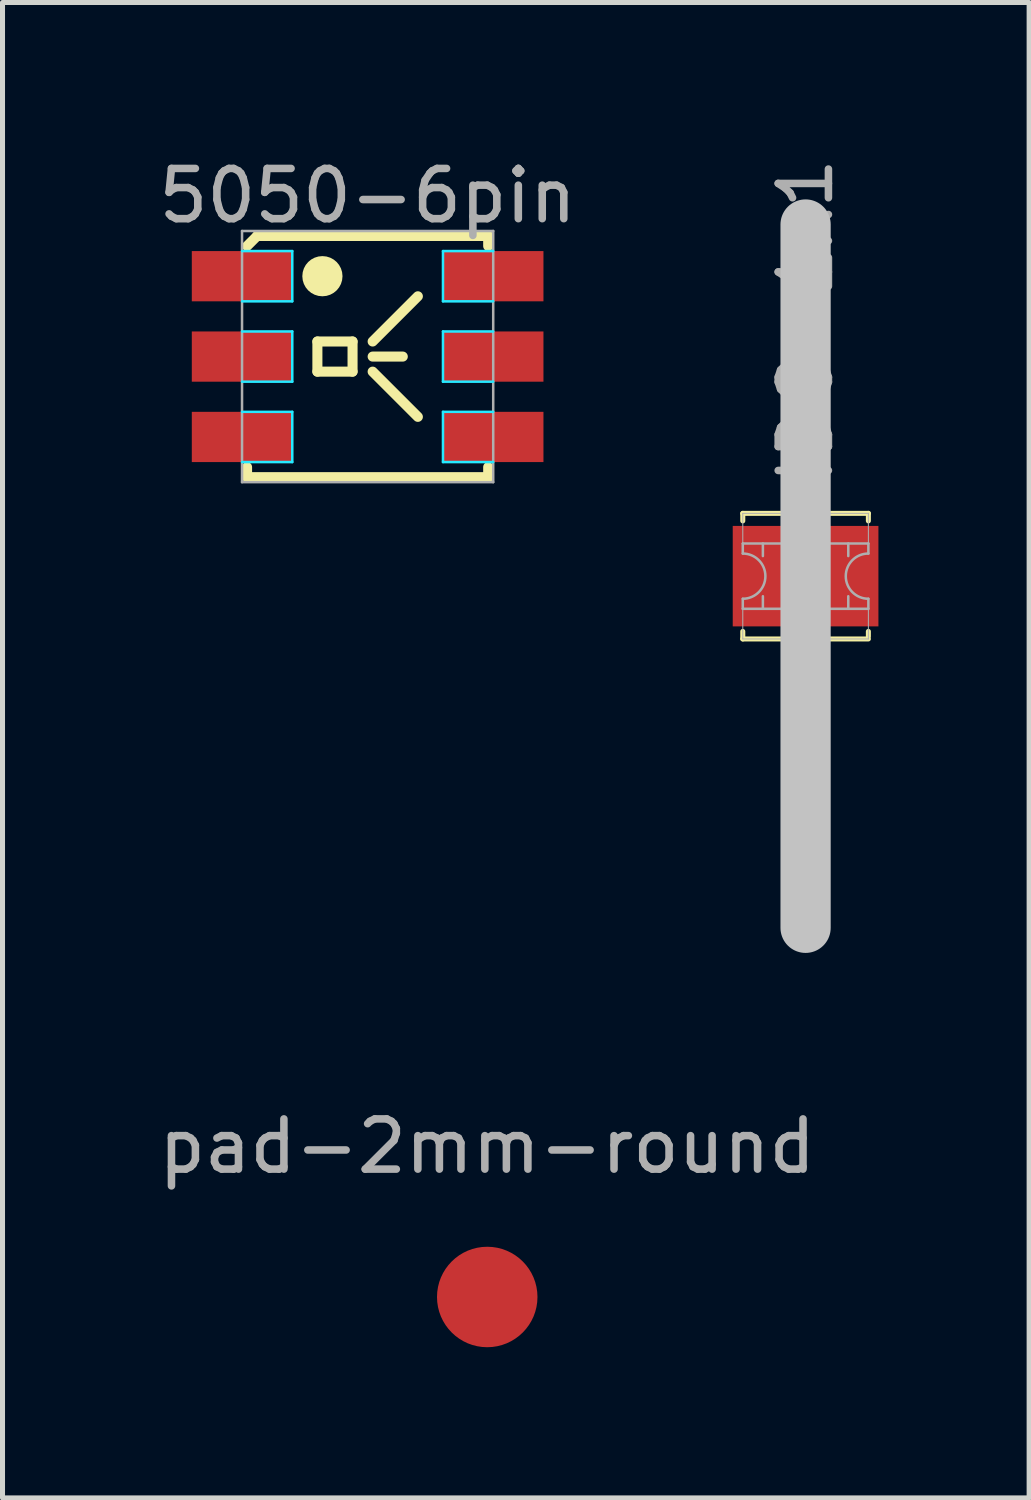
<source format=kicad_pcb>
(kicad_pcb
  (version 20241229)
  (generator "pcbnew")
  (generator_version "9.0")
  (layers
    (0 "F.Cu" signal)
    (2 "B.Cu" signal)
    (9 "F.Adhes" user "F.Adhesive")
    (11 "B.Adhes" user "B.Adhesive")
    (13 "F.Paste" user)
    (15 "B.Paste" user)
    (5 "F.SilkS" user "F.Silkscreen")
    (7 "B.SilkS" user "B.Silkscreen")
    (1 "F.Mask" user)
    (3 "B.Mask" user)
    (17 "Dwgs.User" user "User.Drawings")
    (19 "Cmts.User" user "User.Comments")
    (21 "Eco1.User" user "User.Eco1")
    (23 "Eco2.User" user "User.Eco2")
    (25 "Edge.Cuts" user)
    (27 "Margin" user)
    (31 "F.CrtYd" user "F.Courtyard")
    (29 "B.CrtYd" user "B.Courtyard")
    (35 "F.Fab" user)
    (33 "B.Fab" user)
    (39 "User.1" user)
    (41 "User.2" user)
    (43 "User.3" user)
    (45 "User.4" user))
  (footprint "pad-2mm-round"
    (layer "F.Cu")
    (at 6.649 22.768)
    (property "Reference" "pad-2mm-round" (at 0 -3 0) (layer "F.Fab") (effects (font (size 1 1) (thickness 0.15))))
    (attr through_hole)
    (pad "1" smd circle (at 0 0) (size 2 2) (layers "F.Cu" "F.Mask")))
  (footprint "5050-6pin"
    (layer "F.Cu")
    (at 4.268 4.048)
    (property "Reference" "5050-6pin" (at 0 -3.2 0) (layer "F.Fab") (effects (font (size 1 1) (thickness 0.15))))
    (attr through_hole)
    (fp_line (start -2.4 2.4) (end -2.4 2.2) (stroke (width 0.2) (type solid)) (layer "F.SilkS"))
    (fp_line (start -2.4 2.4) (end 2.4 2.4) (stroke (width 0.2) (type solid)) (layer "F.SilkS"))
    (fp_line (start -2.2 -2.4) (end -2.4 -2.2) (stroke (width 0.2) (type solid)) (layer "F.SilkS"))
    (fp_line (start -2.2 -2.4) (end 2.4 -2.4) (stroke (width 0.2) (type solid)) (layer "F.SilkS"))
    (fp_line (start -1 -0.3) (end -0.3 -0.3) (stroke (width 0.2) (type solid)) (layer "F.SilkS"))
    (fp_line (start -1 0.3) (end -1 -0.3) (stroke (width 0.2) (type solid)) (layer "F.SilkS"))
    (fp_line (start -1 0.3) (end -0.3 0.3) (stroke (width 0.2) (type solid)) (layer "F.SilkS"))
    (fp_line (start -0.3 -0.3) (end -0.3 0.3) (stroke (width 0.2) (type solid)) (layer "F.SilkS"))
    (fp_line (start 0.1 -0.3) (end 1 -1.2) (stroke (width 0.2) (type solid)) (layer "F.SilkS"))
    (fp_line (start 0.1 0) (end 0.7 0) (stroke (width 0.2) (type solid)) (layer "F.SilkS"))
    (fp_line (start 0.1 0.3) (end 1 1.2) (stroke (width 0.2) (type solid)) (layer "F.SilkS"))
    (fp_line (start 2.4 -2.4) (end 2.4 -2.2) (stroke (width 0.2) (type solid)) (layer "F.SilkS"))
    (fp_line (start 2.4 2.4) (end 2.4 2.2) (stroke (width 0.2) (type solid)) (layer "F.SilkS"))
    (fp_circle (center -0.9 -1.6) (end -0.9 -1.8) (stroke (width 0.4) (type solid)) (fill no) (layer "F.SilkS"))
    (fp_line (start -2.5 -1.1) (end -1.5 -1.1) (stroke (width 0.05) (type solid)) (layer "B.CrtYd"))
    (fp_line (start -2.5 -0.5) (end -1.5 -0.5) (stroke (width 0.05) (type solid)) (layer "B.CrtYd"))
    (fp_line (start -2.5 2.1) (end -1.5 2.1) (stroke (width 0.05) (type solid)) (layer "B.CrtYd"))
    (fp_line (start -1.5 -2.1) (end -2.5 -2.1) (stroke (width 0.05) (type solid)) (layer "B.CrtYd"))
    (fp_line (start -1.5 -1.1) (end -1.5 -2.1) (stroke (width 0.05) (type solid)) (layer "B.CrtYd"))
    (fp_line (start -1.5 -0.5) (end -1.5 0.5) (stroke (width 0.05) (type solid)) (layer "B.CrtYd"))
    (fp_line (start -1.5 0.5) (end -2.5 0.5) (stroke (width 0.05) (type solid)) (layer "B.CrtYd"))
    (fp_line (start -1.5 1.1) (end -2.5 1.1) (stroke (width 0.05) (type solid)) (layer "B.CrtYd"))
    (fp_line (start -1.5 2.1) (end -1.5 1.1) (stroke (width 0.05) (type solid)) (layer "B.CrtYd"))
    (fp_line (start 1.5 -2.1) (end 2.5 -2.1) (stroke (width 0.05) (type solid)) (layer "B.CrtYd"))
    (fp_line (start 1.5 -1.1) (end 1.5 -2.1) (stroke (width 0.05) (type solid)) (layer "B.CrtYd"))
    (fp_line (start 1.5 -0.5) (end 1.5 0.5) (stroke (width 0.05) (type solid)) (layer "B.CrtYd"))
    (fp_line (start 1.5 0.5) (end 2.5 0.5) (stroke (width 0.05) (type solid)) (layer "B.CrtYd"))
    (fp_line (start 1.5 1.1) (end 2.5 1.1) (stroke (width 0.05) (type solid)) (layer "B.CrtYd"))
    (fp_line (start 1.5 2.1) (end 1.5 1.1) (stroke (width 0.05) (type solid)) (layer "B.CrtYd"))
    (fp_line (start 2.5 -1.1) (end 1.5 -1.1) (stroke (width 0.05) (type solid)) (layer "B.CrtYd"))
    (fp_line (start 2.5 -0.5) (end 1.5 -0.5) (stroke (width 0.05) (type solid)) (layer "B.CrtYd"))
    (fp_line (start 2.5 2.1) (end 1.5 2.1) (stroke (width 0.05) (type solid)) (layer "B.CrtYd"))
    (fp_line (start -2.5 -2.5) (end -2.5 2.5) (stroke (width 0.05) (type solid)) (layer "F.Fab"))
    (fp_line (start -2.5 -2.5) (end 2.5 -2.5) (stroke (width 0.05) (type solid)) (layer "F.Fab"))
    (fp_line (start 2.5 -2.5) (end 2.5 2.5) (stroke (width 0.05) (type solid)) (layer "F.Fab"))
    (fp_line (start 2.5 2.5) (end -2.5 2.5) (stroke (width 0.05) (type solid)) (layer "F.Fab"))
    (pad "1" smd rect (at -2.5 -1.6) (size 2 1) (layers "F.Cu" "F.Mask" "F.Paste"))
    (pad "2" smd rect (at -2.5 0) (size 2 1) (layers "F.Cu" "F.Mask" "F.Paste"))
    (pad "3" smd rect (at -2.5 1.6) (size 2 1) (layers "F.Cu" "F.Mask" "F.Paste"))
    (pad "4" smd rect (at 2.5 1.6) (size 2 1) (layers "F.Cu" "F.Mask" "F.Paste"))
    (pad "5" smd rect (at 2.5 0) (size 2 1) (layers "F.Cu" "F.Mask" "F.Paste"))
    (pad "6" smd rect (at 2.5 -1.6) (size 2 1) (layers "F.Cu" "F.Mask" "F.Paste")))
  (footprint "IDC-1x1"
    (layer "F.Cu")
    (at 12.986 8.419)
    (property "Reference" "IDC-1x1" (at 0 -5.08 90) (layer "F.Fab") (effects (font (size 1 1) (thickness 0.15))))
    (attr through_hole)
    (fp_line (start -1.25 -1.25) (end -1.25 -1.1) (stroke (width 0.1) (type solid)) (layer "F.SilkS"))
    (fp_line (start -1.25 -1.25) (end -0.35 -1.25) (stroke (width 0.1) (type solid)) (layer "F.SilkS"))
    (fp_line (start -1.25 1.25) (end -1.25 1.1) (stroke (width 0.1) (type solid)) (layer "F.SilkS"))
    (fp_line (start -1.25 1.25) (end -0.35 1.25) (stroke (width 0.1) (type solid)) (layer "F.SilkS"))
    (fp_line (start 0 -1) (end 0 -1.5) (stroke (width 0.2) (type solid)) (layer "F.SilkS"))
    (fp_line (start 0 1) (end 0 1.5) (stroke (width 0.2) (type solid)) (layer "F.SilkS"))
    (fp_line (start 0.35 -1.25) (end 1.25 -1.25) (stroke (width 0.1) (type solid)) (layer "F.SilkS"))
    (fp_line (start 0.35 1.25) (end 1.25 1.25) (stroke (width 0.1) (type solid)) (layer "F.SilkS"))
    (fp_line (start 1.25 -1.25) (end 1.25 -1.1) (stroke (width 0.1) (type solid)) (layer "F.SilkS"))
    (fp_line (start 1.25 1.2) (end 1.25 1.1) (stroke (width 0.1) (type solid)) (layer "F.SilkS"))
    (fp_line (start 0 -7) (end 0 7) (stroke (width 1) (type solid)) (layer "Dwgs.User"))
    (fp_line (start -1.25 -1.25) (end -1.25 -0.65) (stroke (width 0.02) (type solid)) (layer "F.Fab"))
    (fp_line (start -1.25 -0.65) (end -1.25 -0.45) (stroke (width 0.05) (type solid)) (layer "F.Fab"))
    (fp_line (start -1.25 -0.65) (end 1.25 -0.65) (stroke (width 0.05) (type solid)) (layer "F.Fab"))
    (fp_line (start -1.25 0.65) (end -1.25 0.45) (stroke (width 0.05) (type solid)) (layer "F.Fab"))
    (fp_line (start -1.25 0.65) (end -1.25 1.25) (stroke (width 0.02) (type solid)) (layer "F.Fab"))
    (fp_line (start -0.85 -0.65) (end -0.85 -0.4) (stroke (width 0.05) (type solid)) (layer "F.Fab"))
    (fp_line (start -0.85 0.4) (end -0.85 0.65) (stroke (width 0.05) (type solid)) (layer "F.Fab"))
    (fp_line (start 0.85 -0.4) (end 0.85 -0.65) (stroke (width 0.05) (type solid)) (layer "F.Fab"))
    (fp_line (start 0.85 0.4) (end 0.85 0.65) (stroke (width 0.05) (type solid)) (layer "F.Fab"))
    (fp_line (start 1.25 -1.25) (end -1.25 -1.25) (stroke (width 0.02) (type solid)) (layer "F.Fab"))
    (fp_line (start 1.25 -1.25) (end 1.25 -0.65) (stroke (width 0.02) (type solid)) (layer "F.Fab"))
    (fp_line (start 1.25 -0.65) (end 1.25 -0.45) (stroke (width 0.05) (type solid)) (layer "F.Fab"))
    (fp_line (start 1.25 0.65) (end -1.25 0.65) (stroke (width 0.05) (type solid)) (layer "F.Fab"))
    (fp_line (start 1.25 0.65) (end 1.25 0.45) (stroke (width 0.05) (type solid)) (layer "F.Fab"))
    (fp_line (start 1.25 1.25) (end -1.25 1.25) (stroke (width 0.02) (type solid)) (layer "F.Fab"))
    (fp_line (start 1.25 1.25) (end 1.25 0.65) (stroke (width 0.02) (type solid)) (layer "F.Fab"))
    (fp_arc (start -1.25 -0.45) (mid -0.8 0) (end -1.25 0.45) (stroke (width 0.05) (type solid)) (layer "F.Fab"))
    (fp_arc (start 1.25 0.45) (mid 0.8 0) (end 1.25 -0.45) (stroke (width 0.05) (type solid)) (layer "F.Fab"))
    (pad "1" smd rect (at 0 0) (size 2.9 2) (layers "F.Cu" "F.Mask" "F.Paste")))
  (gr_rect
    (start -3 -3)
    (end 17.436 26.768)
    (stroke (width 0.1) (type default))
    (fill no)
    (layer "Edge.Cuts")))
</source>
